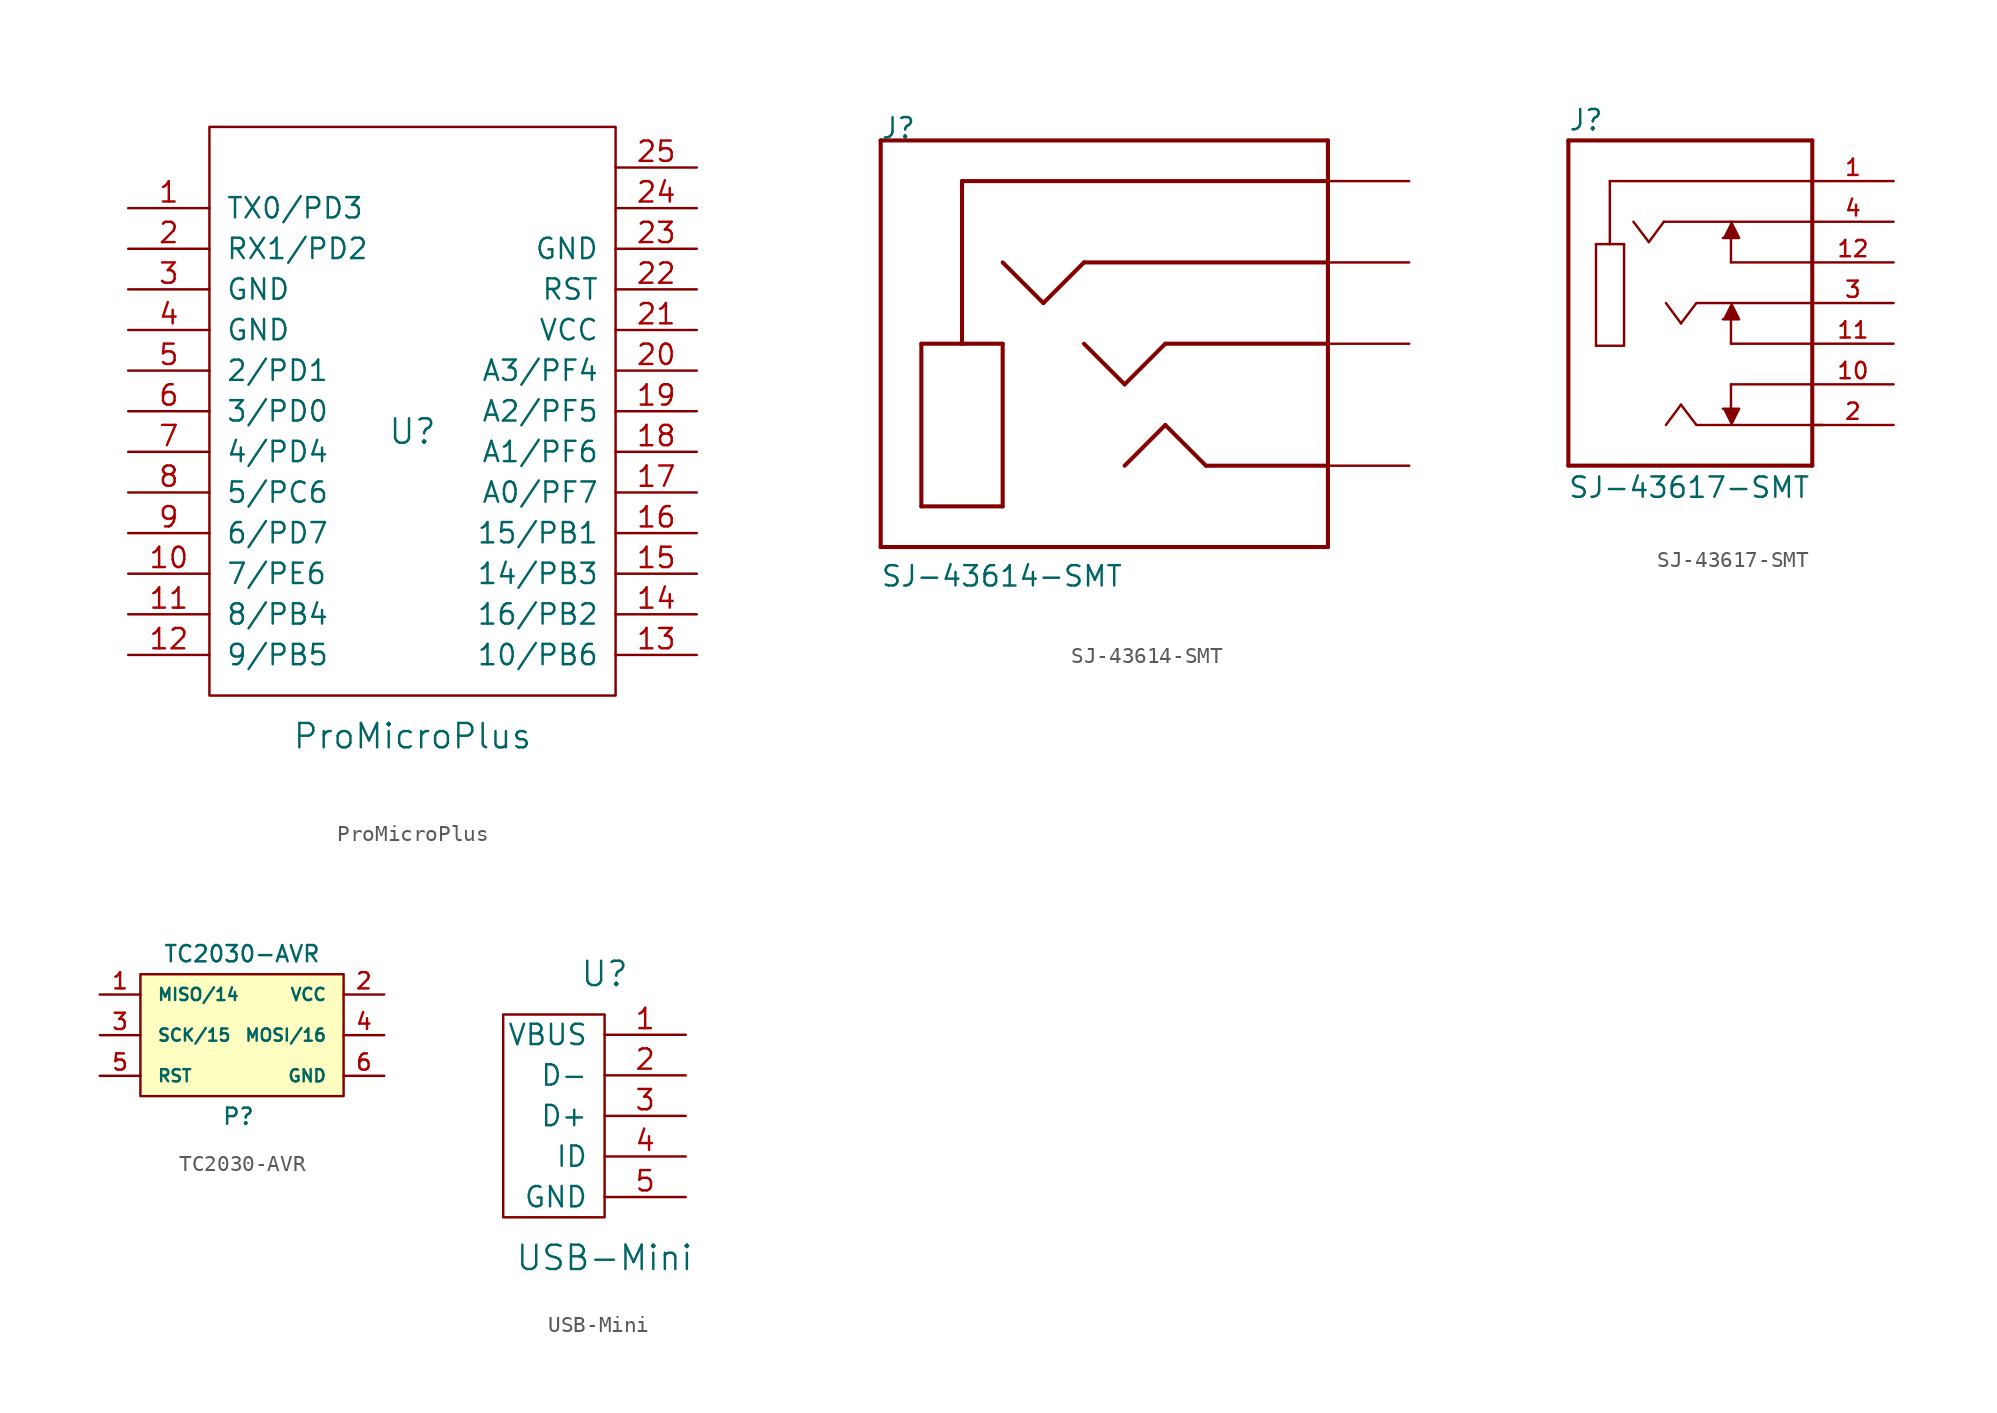
<source format=kicad_sym>
(kicad_symbol_lib
  (version 20210619)
  (generator kicad_symbol_editor)
  (symbol "ProMicroPlus"
    (pin_names
      (offset 1.016))
    (property "Reference" "U"
      (at 0 0 0)
      (effects (font (size 1.524 1.524))))
    (property "Value" "ProMicroPlus"
      (at 0 -19.05 0)
      (effects (font (size 1.524 1.524))))
    (symbol "ProMicroPlus_0_1"
      (rectangle (start -12.7 -16.51) (end 12.7 19.05) (stroke (width 0)) (fill (type none))))
    (symbol "ProMicroPlus_1_1"
      (pin input line (at -17.78 13.97 0) (length 5.08) (name "TX0/PD3" (effects (font (size 1.27 1.27)))) (number "1" (effects (font (size 1.27 1.27)))))
      (pin input line (at -17.78 -8.89 0) (length 5.08) (name "7/PE6" (effects (font (size 1.27 1.27)))) (number "10" (effects (font (size 1.27 1.27)))))
      (pin input line (at -17.78 -11.43 0) (length 5.08) (name "8/PB4" (effects (font (size 1.27 1.27)))) (number "11" (effects (font (size 1.27 1.27)))))
      (pin input line (at -17.78 -13.97 0) (length 5.08) (name "9/PB5" (effects (font (size 1.27 1.27)))) (number "12" (effects (font (size 1.27 1.27)))))
      (pin input line (at 17.78 -13.97 180) (length 5.08) (name "10/PB6" (effects (font (size 1.27 1.27)))) (number "13" (effects (font (size 1.27 1.27)))))
      (pin input line (at 17.78 -11.43 180) (length 5.08) (name "16/PB2" (effects (font (size 1.27 1.27)))) (number "14" (effects (font (size 1.27 1.27)))))
      (pin input line (at 17.78 -8.89 180) (length 5.08) (name "14/PB3" (effects (font (size 1.27 1.27)))) (number "15" (effects (font (size 1.27 1.27)))))
      (pin input line (at 17.78 -6.35 180) (length 5.08) (name "15/PB1" (effects (font (size 1.27 1.27)))) (number "16" (effects (font (size 1.27 1.27)))))
      (pin input line (at 17.78 -3.81 180) (length 5.08) (name "A0/PF7" (effects (font (size 1.27 1.27)))) (number "17" (effects (font (size 1.27 1.27)))))
      (pin input line (at 17.78 -1.27 180) (length 5.08) (name "A1/PF6" (effects (font (size 1.27 1.27)))) (number "18" (effects (font (size 1.27 1.27)))))
      (pin input line (at 17.78 1.27 180) (length 5.08) (name "A2/PF5" (effects (font (size 1.27 1.27)))) (number "19" (effects (font (size 1.27 1.27)))))
      (pin input line (at -17.78 11.43 0) (length 5.08) (name "RX1/PD2" (effects (font (size 1.27 1.27)))) (number "2" (effects (font (size 1.27 1.27)))))
      (pin input line (at 17.78 3.81 180) (length 5.08) (name "A3/PF4" (effects (font (size 1.27 1.27)))) (number "20" (effects (font (size 1.27 1.27)))))
      (pin input line (at 17.78 6.35 180) (length 5.08) (name "VCC" (effects (font (size 1.27 1.27)))) (number "21" (effects (font (size 1.27 1.27)))))
      (pin input line (at 17.78 8.89 180) (length 5.08) (name "RST" (effects (font (size 1.27 1.27)))) (number "22" (effects (font (size 1.27 1.27)))))
      (pin input line (at 17.78 11.43 180) (length 5.08) (name "GND" (effects (font (size 1.27 1.27)))) (number "23" (effects (font (size 1.27 1.27)))))
      (pin input line (at 17.78 13.97 180) (length 5.08) (name "~" (effects (font (size 1.27 1.27)))) (number "24" (effects (font (size 1.27 1.27)))))
      (pin input line (at 17.78 16.51 180) (length 5.08) (name "~" (effects (font (size 1.27 1.27)))) (number "25" (effects (font (size 1.27 1.27)))))
      (pin input line (at -17.78 8.89 0) (length 5.08) (name "GND" (effects (font (size 1.27 1.27)))) (number "3" (effects (font (size 1.27 1.27)))))
      (pin input line (at -17.78 6.35 0) (length 5.08) (name "GND" (effects (font (size 1.27 1.27)))) (number "4" (effects (font (size 1.27 1.27)))))
      (pin input line (at -17.78 3.81 0) (length 5.08) (name "2/PD1" (effects (font (size 1.27 1.27)))) (number "5" (effects (font (size 1.27 1.27)))))
      (pin input line (at -17.78 1.27 0) (length 5.08) (name "3/PD0" (effects (font (size 1.27 1.27)))) (number "6" (effects (font (size 1.27 1.27)))))
      (pin input line (at -17.78 -1.27 0) (length 5.08) (name "4/PD4" (effects (font (size 1.27 1.27)))) (number "7" (effects (font (size 1.27 1.27)))))
      (pin input line (at -17.78 -3.81 0) (length 5.08) (name "5/PC6" (effects (font (size 1.27 1.27)))) (number "8" (effects (font (size 1.27 1.27)))))
      (pin input line (at -17.78 -6.35 0) (length 5.08) (name "6/PD7" (effects (font (size 1.27 1.27)))) (number "9" (effects (font (size 1.27 1.27)))))))
  (symbol "SJ-43614-SMT"
    (pin_numbers hide)
    (pin_names
      (offset 1.016) hide)
    (property "Reference" "J"
      (at -15.265 12.725 0)
      (effects (font (size 1.27 1.27)) (justify left bottom)))
    (property "Value" "SJ-43614-SMT"
      (at -15.265 -15.265 0)
      (effects (font (size 1.27 1.27)) (justify left bottom)))
    (property "ki_locked" ""
      (at 0 0 0)
      (effects (font (size 1.27 1.27))))
    (symbol "SJ-43614-SMT_0_0"
      (polyline (pts (xy -15.24 -12.7) (xy -15.24 12.7)) (stroke (width 0.254)) (fill (type none)))
      (polyline (pts (xy -15.24 12.7) (xy 12.7 12.7)) (stroke (width 0.254)) (fill (type none)))
      (polyline (pts (xy -12.7 -10.16) (xy -7.62 -10.16)) (stroke (width 0.254)) (fill (type none)))
      (polyline (pts (xy -12.7 0) (xy -12.7 -10.16)) (stroke (width 0.254)) (fill (type none)))
      (polyline (pts (xy -10.16 0) (xy -12.7 0)) (stroke (width 0.254)) (fill (type none)))
      (polyline (pts (xy -10.16 0) (xy -10.16 10.16)) (stroke (width 0.254)) (fill (type none)))
      (polyline (pts (xy -10.16 10.16) (xy 12.7 10.16)) (stroke (width 0.254)) (fill (type none)))
      (polyline (pts (xy -7.62 -10.16) (xy -7.62 0)) (stroke (width 0.254)) (fill (type none)))
      (polyline (pts (xy -7.62 0) (xy -10.16 0)) (stroke (width 0.254)) (fill (type none)))
      (polyline (pts (xy -7.62 5.08) (xy -5.08 2.54)) (stroke (width 0.254)) (fill (type none)))
      (polyline (pts (xy -5.08 2.54) (xy -2.54 5.08)) (stroke (width 0.254)) (fill (type none)))
      (polyline (pts (xy -2.54 0) (xy 0 -2.54)) (stroke (width 0.254)) (fill (type none)))
      (polyline (pts (xy -2.54 5.08) (xy 12.7 5.08)) (stroke (width 0.254)) (fill (type none)))
      (polyline (pts (xy 0 -7.62) (xy 2.54 -5.08)) (stroke (width 0.254)) (fill (type none)))
      (polyline (pts (xy 0 -2.54) (xy 2.54 0)) (stroke (width 0.254)) (fill (type none)))
      (polyline (pts (xy 2.54 -5.08) (xy 5.08 -7.62)) (stroke (width 0.254)) (fill (type none)))
      (polyline (pts (xy 2.54 0) (xy 12.7 0)) (stroke (width 0.254)) (fill (type none)))
      (polyline (pts (xy 5.08 -7.62) (xy 12.7 -7.62)) (stroke (width 0.254)) (fill (type none)))
      (polyline (pts (xy 12.7 -12.7) (xy -15.24 -12.7)) (stroke (width 0.254)) (fill (type none)))
      (polyline (pts (xy 12.7 12.7) (xy 12.7 -12.7)) (stroke (width 0.254)) (fill (type none)))
      (pin passive line (at 17.78 10.16 180) (length 5.08) (name "SLEEVE" (effects (font (size 1.016 1.016)))) (number "1" (effects (font (size 1.016 1.016)))))
      (pin passive line (at 17.78 -7.62 180) (length 5.08) (name "TIP" (effects (font (size 1.016 1.016)))) (number "2" (effects (font (size 1.016 1.016)))))
      (pin passive line (at 17.78 0 180) (length 5.08) (name "RING1" (effects (font (size 1.016 1.016)))) (number "3" (effects (font (size 1.016 1.016)))))
      (pin passive line (at 17.78 5.08 180) (length 5.08) (name "RING2" (effects (font (size 1.016 1.016)))) (number "4" (effects (font (size 1.016 1.016)))))))
  (symbol "SJ-43617-SMT"
    (pin_names
      (offset 1.016) hide)
    (property "Reference" "J"
      (at -7.645 10.693 0)
      (effects (font (size 1.27 1.27)) (justify left bottom)))
    (property "Value" "SJ-43617-SMT"
      (at -7.671 -12.268 0)
      (effects (font (size 1.27 1.27)) (justify left bottom)))
    (property "ki_locked" ""
      (at 0 0 0)
      (effects (font (size 1.27 1.27))))
    (symbol "SJ-43617-SMT_0_0"
      (polyline (pts (xy -7.62 -10.16) (xy 7.62 -10.16)) (stroke (width 0.254)) (fill (type none)))
      (polyline (pts (xy -7.62 10.16) (xy -7.62 -10.16)) (stroke (width 0.254)) (fill (type none)))
      (polyline (pts (xy -5.893 -2.667) (xy -5.893 3.683)) (stroke (width 0.152)) (fill (type none)))
      (polyline (pts (xy -5.893 3.683) (xy -5.029 3.683)) (stroke (width 0.152)) (fill (type none)))
      (polyline (pts (xy -5.029 3.683) (xy -4.14 3.683)) (stroke (width 0.152)) (fill (type none)))
      (polyline (pts (xy -5.029 7.62) (xy -5.029 3.683)) (stroke (width 0.152)) (fill (type none)))
      (polyline (pts (xy -4.14 -2.667) (xy -5.893 -2.667)) (stroke (width 0.152)) (fill (type none)))
      (polyline (pts (xy -4.14 3.683) (xy -4.14 -2.667)) (stroke (width 0.152)) (fill (type none)))
      (polyline (pts (xy -2.591 3.81) (xy -3.556 5.08)) (stroke (width 0.152)) (fill (type none)))
      (polyline (pts (xy -1.651 5.08) (xy -2.591 3.81)) (stroke (width 0.152)) (fill (type none)))
      (polyline (pts (xy -0.584 -6.35) (xy -1.524 -7.62)) (stroke (width 0.152)) (fill (type none)))
      (polyline (pts (xy -0.584 -1.27) (xy -1.524 0)) (stroke (width 0.152)) (fill (type none)))
      (polyline (pts (xy 0.381 -7.62) (xy -0.584 -6.35)) (stroke (width 0.152)) (fill (type none)))
      (polyline (pts (xy 0.381 0) (xy -0.584 -1.27)) (stroke (width 0.152)) (fill (type none)))
      (polyline (pts (xy 2.54 -5.08) (xy 2.54 -6.604)) (stroke (width 0.152)) (fill (type none)))
      (polyline (pts (xy 2.54 -2.54) (xy 2.54 -1.016)) (stroke (width 0.152)) (fill (type none)))
      (polyline (pts (xy 2.54 2.54) (xy 2.54 4.064)) (stroke (width 0.152)) (fill (type none)))
      (polyline (pts (xy 7.62 -10.16) (xy 7.62 0)) (stroke (width 0.254)) (fill (type none)))
      (polyline (pts (xy 7.62 -5.08) (xy 2.54 -5.08)) (stroke (width 0.152)) (fill (type none)))
      (polyline (pts (xy 7.62 -2.54) (xy 2.54 -2.54)) (stroke (width 0.152)) (fill (type none)))
      (polyline (pts (xy 7.62 0) (xy 0.381 0)) (stroke (width 0.152)) (fill (type none)))
      (polyline (pts (xy 7.62 0) (xy 7.62 5.08)) (stroke (width 0.254)) (fill (type none)))
      (polyline (pts (xy 7.62 2.54) (xy 2.54 2.54)) (stroke (width 0.152)) (fill (type none)))
      (polyline (pts (xy 7.62 5.08) (xy -1.651 5.08)) (stroke (width 0.152)) (fill (type none)))
      (polyline (pts (xy 7.62 5.08) (xy 7.62 7.62)) (stroke (width 0.254)) (fill (type none)))
      (polyline (pts (xy 7.62 7.62) (xy -5.029 7.62)) (stroke (width 0.152)) (fill (type none)))
      (polyline (pts (xy 7.62 7.62) (xy 7.62 10.16)) (stroke (width 0.254)) (fill (type none)))
      (polyline (pts (xy 7.62 10.16) (xy -7.62 10.16)) (stroke (width 0.254)) (fill (type none)))
      (polyline (pts (xy 8.255 -7.62) (xy 0.381 -7.62)) (stroke (width 0.152)) (fill (type none)))
      (polyline (pts (xy 2.032 -6.604) (xy 3.048 -6.604) (xy 2.54 -7.62)) (stroke (width 0.152)) (fill (type outline)))
      (polyline (pts (xy 2.032 -1.016) (xy 3.048 -1.016) (xy 2.54 0)) (stroke (width 0.152)) (fill (type outline)))
      (polyline (pts (xy 2.032 4.064) (xy 3.048 4.064) (xy 2.54 5.08)) (stroke (width 0.152)) (fill (type outline)))
      (pin passive line (at 12.7 7.62 180) (length 5.08) (name "1" (effects (font (size 1.016 1.016)))) (number "1" (effects (font (size 1.016 1.016)))))
      (pin passive line (at 12.7 -5.08 180) (length 5.08) (name "10" (effects (font (size 1.016 1.016)))) (number "10" (effects (font (size 1.016 1.016)))))
      (pin passive line (at 12.7 -2.54 180) (length 5.08) (name "11" (effects (font (size 1.016 1.016)))) (number "11" (effects (font (size 1.016 1.016)))))
      (pin passive line (at 12.7 2.54 180) (length 5.08) (name "12" (effects (font (size 1.016 1.016)))) (number "12" (effects (font (size 1.016 1.016)))))
      (pin passive line (at 12.7 -7.62 180) (length 5.08) (name "2" (effects (font (size 1.016 1.016)))) (number "2" (effects (font (size 1.016 1.016)))))
      (pin passive line (at 12.7 0 180) (length 5.08) (name "3" (effects (font (size 1.016 1.016)))) (number "3" (effects (font (size 1.016 1.016)))))
      (pin passive line (at 12.7 5.08 180) (length 5.08) (name "4" (effects (font (size 1.016 1.016)))) (number "4" (effects (font (size 1.016 1.016)))))))
  (symbol "TC2030-AVR"
    (pin_names
      (offset 1.016))
    (property "Reference" "P"
      (at -1.27 -5.08 0)
      (effects (font (size 1.016 1.016)) (justify left)))
    (property "Value" "TC2030-AVR"
      (at 0 5.08 0)
      (effects (font (size 1.016 1.016))))
    (symbol "TC2030-AVR_0_1"
      (rectangle (start -6.35 3.81) (end 6.35 -3.81) (stroke (width 0)) (fill (type background))))
    (symbol "TC2030-AVR_1_1"
      (pin passive line (at -8.89 2.54 0) (length 2.54) (name "MISO/14" (effects (font (size 0.762 0.762)))) (number "1" (effects (font (size 1.016 1.016)))))
      (pin passive line (at 8.89 2.54 180) (length 2.54) (name "VCC" (effects (font (size 0.762 0.762)))) (number "2" (effects (font (size 1.016 1.016)))))
      (pin passive line (at -8.89 0 0) (length 2.54) (name "SCK/15" (effects (font (size 0.762 0.762)))) (number "3" (effects (font (size 1.016 1.016)))))
      (pin passive line (at 8.89 0 180) (length 2.54) (name "MOSI/16" (effects (font (size 0.762 0.762)))) (number "4" (effects (font (size 1.016 1.016)))))
      (pin passive line (at -8.89 -2.54 0) (length 2.54) (name "RST" (effects (font (size 0.762 0.762)))) (number "5" (effects (font (size 1.016 1.016)))))
      (pin passive line (at 8.89 -2.54 180) (length 2.54) (name "GND" (effects (font (size 0.762 0.762)))) (number "6" (effects (font (size 1.016 1.016)))))))
  (symbol "USB-Mini"
    (pin_names
      (offset 1.016))
    (property "Reference" "U"
      (at 0 15.24 0)
      (effects (font (size 1.524 1.524))))
    (property "Value" "USB-Mini"
      (at 0 -2.54 0)
      (effects (font (size 1.524 1.524))))
    (symbol "USB-Mini_0_1"
      (rectangle (start 0 0) (end -6.35 12.7) (stroke (width 0)) (fill (type none))))
    (symbol "USB-Mini_1_1"
      (pin input line (at 5.08 11.43 180) (length 5.08) (name "VBUS" (effects (font (size 1.27 1.27)))) (number "1" (effects (font (size 1.27 1.27)))))
      (pin input line (at 5.08 8.89 180) (length 5.08) (name "D-" (effects (font (size 1.27 1.27)))) (number "2" (effects (font (size 1.27 1.27)))))
      (pin input line (at 5.08 6.35 180) (length 5.08) (name "D+" (effects (font (size 1.27 1.27)))) (number "3" (effects (font (size 1.27 1.27)))))
      (pin input line (at 5.08 3.81 180) (length 5.08) (name "ID" (effects (font (size 1.27 1.27)))) (number "4" (effects (font (size 1.27 1.27)))))
      (pin input line (at 5.08 1.27 180) (length 5.08) (name "GND" (effects (font (size 1.27 1.27)))) (number "5" (effects (font (size 1.27 1.27))))))))
</source>
